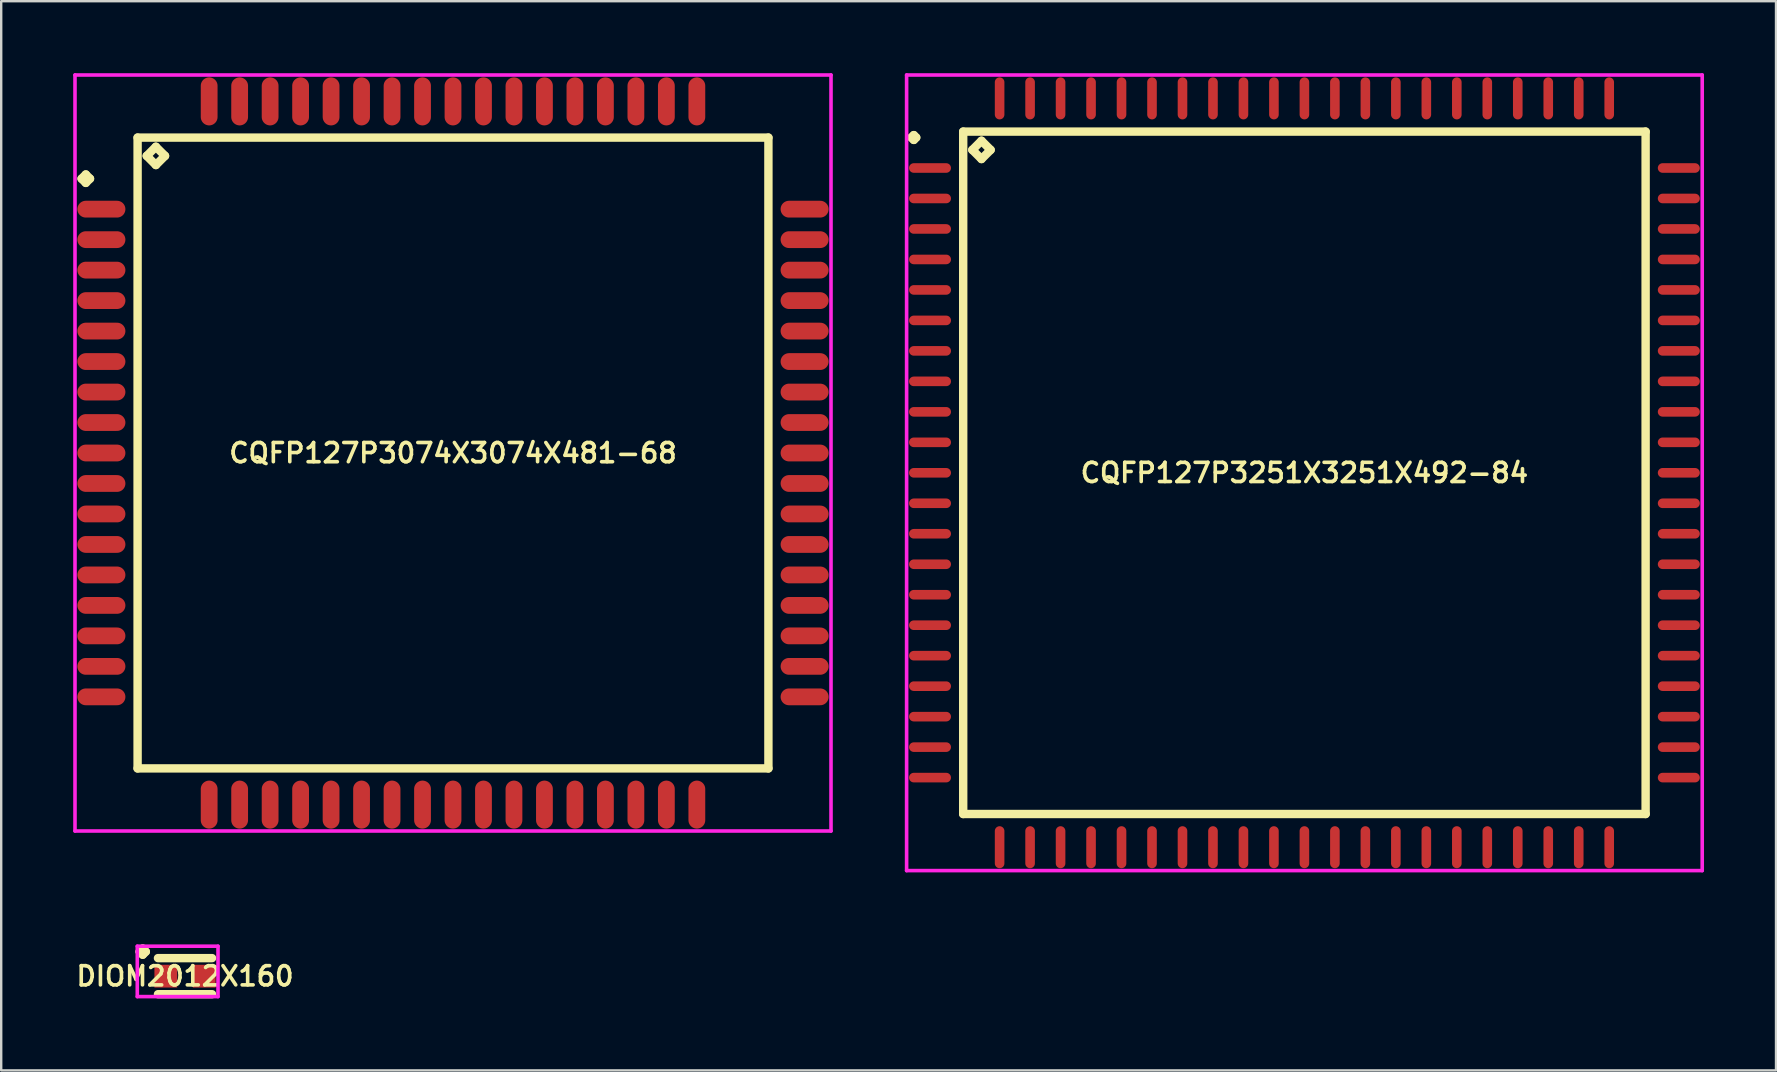
<source format=kicad_pcb>
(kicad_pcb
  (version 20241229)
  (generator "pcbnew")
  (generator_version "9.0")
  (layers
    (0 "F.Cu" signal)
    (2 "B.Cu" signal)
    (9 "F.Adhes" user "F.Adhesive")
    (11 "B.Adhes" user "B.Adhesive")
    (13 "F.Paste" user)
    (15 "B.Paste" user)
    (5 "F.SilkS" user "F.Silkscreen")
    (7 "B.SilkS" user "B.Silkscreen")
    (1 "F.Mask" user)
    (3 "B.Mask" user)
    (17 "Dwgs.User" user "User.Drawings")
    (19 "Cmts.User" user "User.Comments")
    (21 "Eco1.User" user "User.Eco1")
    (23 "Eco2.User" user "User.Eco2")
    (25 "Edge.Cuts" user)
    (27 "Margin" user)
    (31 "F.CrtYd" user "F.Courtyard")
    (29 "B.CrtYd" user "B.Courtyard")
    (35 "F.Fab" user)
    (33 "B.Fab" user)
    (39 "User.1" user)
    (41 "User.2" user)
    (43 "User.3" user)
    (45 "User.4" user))
  (footprint "DIOM2012X160"
    (layer "F.Cu")
    (at 4.659 37.623)
    (property "Reference" "DIOM2012X160" (at 0 0 0) (layer "F.SilkS") (effects (font (size 0.8 0.8) (thickness 0.15))))
    (attr smd)
    (fp_line (start -1.889 -1.021) (end -1.762 -1.148) (stroke (width 0.35) (type solid)) (layer "F.SilkS"))
    (fp_line (start -1.762 -1.148) (end -1.635 -1.021) (stroke (width 0.35) (type solid)) (layer "F.SilkS"))
    (fp_line (start -1.762 -0.894) (end -1.889 -1.021) (stroke (width 0.35) (type solid)) (layer "F.SilkS"))
    (fp_line (start -1.635 -1.021) (end -1.762 -0.894) (stroke (width 0.35) (type solid)) (layer "F.SilkS"))
    (fp_line (start -1.127 -0.752) (end 1.127 -0.752) (stroke (width 0.35) (type solid)) (layer "F.SilkS"))
    (fp_line (start -1.127 0.752) (end 1.127 0.752) (stroke (width 0.35) (type solid)) (layer "F.SilkS"))
    (fp_line (start -1.989 -1.248) (end 1.375 -1.248) (stroke (width 0.15) (type solid)) (layer "F.CrtYd"))
    (fp_line (start -1.989 0.852) (end -1.989 -1.248) (stroke (width 0.15) (type solid)) (layer "F.CrtYd"))
    (fp_line (start 1.375 -1.248) (end 1.375 0.852) (stroke (width 0.15) (type solid)) (layer "F.CrtYd"))
    (fp_line (start 1.375 0.852) (end -1.989 0.852) (stroke (width 0.15) (type solid)) (layer "F.CrtYd"))
    (pad "1" smd rect (at -0.8 0) (size 0.95 0.95) (layers "F.Cu" "F.Mask" "F.Paste"))
    (pad "2" smd rect (at 0.8 0) (size 0.95 0.95) (layers "F.Cu" "F.Mask" "F.Paste")))
  (footprint "CQFP127P3251X3251X492-84"
    (layer "F.Cu")
    (at 51.3 16.65)
    (property "Reference" "CQFP127P3251X3251X492-84" (at 0 0 0) (layer "F.SilkS") (effects (font (size 0.8 0.8) (thickness 0.15))))
    (attr smd)
    (fp_line (start -16.375 -13.97) (end -16.275 -14.07) (stroke (width 0.35) (type solid)) (layer "F.SilkS"))
    (fp_line (start -16.275 -14.07) (end -16.175 -13.97) (stroke (width 0.35) (type solid)) (layer "F.SilkS"))
    (fp_line (start -16.275 -13.87) (end -16.375 -13.97) (stroke (width 0.35) (type solid)) (layer "F.SilkS"))
    (fp_line (start -16.175 -13.97) (end -16.275 -13.87) (stroke (width 0.35) (type solid)) (layer "F.SilkS"))
    (fp_line (start -14.217 -14.217) (end -14.217 14.217) (stroke (width 0.35) (type solid)) (layer "F.SilkS"))
    (fp_line (start -14.217 14.217) (end 14.217 14.217) (stroke (width 0.35) (type solid)) (layer "F.SilkS"))
    (fp_line (start -13.836 -13.455) (end -13.455 -13.836) (stroke (width 0.35) (type solid)) (layer "F.SilkS"))
    (fp_line (start -13.455 -13.836) (end -13.074 -13.455) (stroke (width 0.35) (type solid)) (layer "F.SilkS"))
    (fp_line (start -13.455 -13.074) (end -13.836 -13.455) (stroke (width 0.35) (type solid)) (layer "F.SilkS"))
    (fp_line (start -13.074 -13.455) (end -13.455 -13.074) (stroke (width 0.35) (type solid)) (layer "F.SilkS"))
    (fp_line (start 14.217 -14.217) (end -14.217 -14.217) (stroke (width 0.35) (type solid)) (layer "F.SilkS"))
    (fp_line (start 14.217 14.217) (end 14.217 -14.217) (stroke (width 0.35) (type solid)) (layer "F.SilkS"))
    (fp_line (start -16.575 -16.575) (end 16.575 -16.575) (stroke (width 0.15) (type solid)) (layer "F.CrtYd"))
    (fp_line (start -16.575 16.575) (end -16.575 -16.575) (stroke (width 0.15) (type solid)) (layer "F.CrtYd"))
    (fp_line (start 16.575 -16.575) (end 16.575 16.575) (stroke (width 0.15) (type solid)) (layer "F.CrtYd"))
    (fp_line (start 16.575 16.575) (end -16.575 16.575) (stroke (width 0.15) (type solid)) (layer "F.CrtYd"))
    (pad "1" smd oval (at -15.6 -12.7) (size 1.75 0.4) (layers "F.Cu" "F.Mask" "F.Paste"))
    (pad "2" smd oval (at -15.6 -11.43) (size 1.75 0.4) (layers "F.Cu" "F.Mask" "F.Paste"))
    (pad "3" smd oval (at -15.6 -10.16) (size 1.75 0.4) (layers "F.Cu" "F.Mask" "F.Paste"))
    (pad "4" smd oval (at -15.6 -8.89) (size 1.75 0.4) (layers "F.Cu" "F.Mask" "F.Paste"))
    (pad "5" smd oval (at -15.6 -7.62) (size 1.75 0.4) (layers "F.Cu" "F.Mask" "F.Paste"))
    (pad "6" smd oval (at -15.6 -6.35) (size 1.75 0.4) (layers "F.Cu" "F.Mask" "F.Paste"))
    (pad "7" smd oval (at -15.6 -5.08) (size 1.75 0.4) (layers "F.Cu" "F.Mask" "F.Paste"))
    (pad "8" smd oval (at -15.6 -3.81) (size 1.75 0.4) (layers "F.Cu" "F.Mask" "F.Paste"))
    (pad "9" smd oval (at -15.6 -2.54) (size 1.75 0.4) (layers "F.Cu" "F.Mask" "F.Paste"))
    (pad "10" smd oval (at -15.6 -1.27) (size 1.75 0.4) (layers "F.Cu" "F.Mask" "F.Paste"))
    (pad "11" smd oval (at -15.6 0) (size 1.75 0.4) (layers "F.Cu" "F.Mask" "F.Paste"))
    (pad "12" smd oval (at -15.6 1.27) (size 1.75 0.4) (layers "F.Cu" "F.Mask" "F.Paste"))
    (pad "13" smd oval (at -15.6 2.54) (size 1.75 0.4) (layers "F.Cu" "F.Mask" "F.Paste"))
    (pad "14" smd oval (at -15.6 3.81) (size 1.75 0.4) (layers "F.Cu" "F.Mask" "F.Paste"))
    (pad "15" smd oval (at -15.6 5.08) (size 1.75 0.4) (layers "F.Cu" "F.Mask" "F.Paste"))
    (pad "16" smd oval (at -15.6 6.35) (size 1.75 0.4) (layers "F.Cu" "F.Mask" "F.Paste"))
    (pad "17" smd oval (at -15.6 7.62) (size 1.75 0.4) (layers "F.Cu" "F.Mask" "F.Paste"))
    (pad "18" smd oval (at -15.6 8.89) (size 1.75 0.4) (layers "F.Cu" "F.Mask" "F.Paste"))
    (pad "19" smd oval (at -15.6 10.16) (size 1.75 0.4) (layers "F.Cu" "F.Mask" "F.Paste"))
    (pad "20" smd oval (at -15.6 11.43) (size 1.75 0.4) (layers "F.Cu" "F.Mask" "F.Paste"))
    (pad "21" smd oval (at -15.6 12.7) (size 1.75 0.4) (layers "F.Cu" "F.Mask" "F.Paste"))
    (pad "22" smd oval (at -12.7 15.6) (size 0.4 1.75) (layers "F.Cu" "F.Mask" "F.Paste"))
    (pad "23" smd oval (at -11.43 15.6) (size 0.4 1.75) (layers "F.Cu" "F.Mask" "F.Paste"))
    (pad "24" smd oval (at -10.16 15.6) (size 0.4 1.75) (layers "F.Cu" "F.Mask" "F.Paste"))
    (pad "25" smd oval (at -8.89 15.6) (size 0.4 1.75) (layers "F.Cu" "F.Mask" "F.Paste"))
    (pad "26" smd oval (at -7.62 15.6) (size 0.4 1.75) (layers "F.Cu" "F.Mask" "F.Paste"))
    (pad "27" smd oval (at -6.35 15.6) (size 0.4 1.75) (layers "F.Cu" "F.Mask" "F.Paste"))
    (pad "28" smd oval (at -5.08 15.6) (size 0.4 1.75) (layers "F.Cu" "F.Mask" "F.Paste"))
    (pad "29" smd oval (at -3.81 15.6) (size 0.4 1.75) (layers "F.Cu" "F.Mask" "F.Paste"))
    (pad "30" smd oval (at -2.54 15.6) (size 0.4 1.75) (layers "F.Cu" "F.Mask" "F.Paste"))
    (pad "31" smd oval (at -1.27 15.6) (size 0.4 1.75) (layers "F.Cu" "F.Mask" "F.Paste"))
    (pad "32" smd oval (at 0 15.6) (size 0.4 1.75) (layers "F.Cu" "F.Mask" "F.Paste"))
    (pad "33" smd oval (at 1.27 15.6) (size 0.4 1.75) (layers "F.Cu" "F.Mask" "F.Paste"))
    (pad "34" smd oval (at 2.54 15.6) (size 0.4 1.75) (layers "F.Cu" "F.Mask" "F.Paste"))
    (pad "35" smd oval (at 3.81 15.6) (size 0.4 1.75) (layers "F.Cu" "F.Mask" "F.Paste"))
    (pad "36" smd oval (at 5.08 15.6) (size 0.4 1.75) (layers "F.Cu" "F.Mask" "F.Paste"))
    (pad "37" smd oval (at 6.35 15.6) (size 0.4 1.75) (layers "F.Cu" "F.Mask" "F.Paste"))
    (pad "38" smd oval (at 7.62 15.6) (size 0.4 1.75) (layers "F.Cu" "F.Mask" "F.Paste"))
    (pad "39" smd oval (at 8.89 15.6) (size 0.4 1.75) (layers "F.Cu" "F.Mask" "F.Paste"))
    (pad "40" smd oval (at 10.16 15.6) (size 0.4 1.75) (layers "F.Cu" "F.Mask" "F.Paste"))
    (pad "41" smd oval (at 11.43 15.6) (size 0.4 1.75) (layers "F.Cu" "F.Mask" "F.Paste"))
    (pad "42" smd oval (at 12.7 15.6) (size 0.4 1.75) (layers "F.Cu" "F.Mask" "F.Paste"))
    (pad "43" smd oval (at 15.6 12.7) (size 1.75 0.4) (layers "F.Cu" "F.Mask" "F.Paste"))
    (pad "44" smd oval (at 15.6 11.43) (size 1.75 0.4) (layers "F.Cu" "F.Mask" "F.Paste"))
    (pad "45" smd oval (at 15.6 10.16) (size 1.75 0.4) (layers "F.Cu" "F.Mask" "F.Paste"))
    (pad "46" smd oval (at 15.6 8.89) (size 1.75 0.4) (layers "F.Cu" "F.Mask" "F.Paste"))
    (pad "47" smd oval (at 15.6 7.62) (size 1.75 0.4) (layers "F.Cu" "F.Mask" "F.Paste"))
    (pad "48" smd oval (at 15.6 6.35) (size 1.75 0.4) (layers "F.Cu" "F.Mask" "F.Paste"))
    (pad "49" smd oval (at 15.6 5.08) (size 1.75 0.4) (layers "F.Cu" "F.Mask" "F.Paste"))
    (pad "50" smd oval (at 15.6 3.81) (size 1.75 0.4) (layers "F.Cu" "F.Mask" "F.Paste"))
    (pad "51" smd oval (at 15.6 2.54) (size 1.75 0.4) (layers "F.Cu" "F.Mask" "F.Paste"))
    (pad "52" smd oval (at 15.6 1.27) (size 1.75 0.4) (layers "F.Cu" "F.Mask" "F.Paste"))
    (pad "53" smd oval (at 15.6 0) (size 1.75 0.4) (layers "F.Cu" "F.Mask" "F.Paste"))
    (pad "54" smd oval (at 15.6 -1.27) (size 1.75 0.4) (layers "F.Cu" "F.Mask" "F.Paste"))
    (pad "55" smd oval (at 15.6 -2.54) (size 1.75 0.4) (layers "F.Cu" "F.Mask" "F.Paste"))
    (pad "56" smd oval (at 15.6 -3.81) (size 1.75 0.4) (layers "F.Cu" "F.Mask" "F.Paste"))
    (pad "57" smd oval (at 15.6 -5.08) (size 1.75 0.4) (layers "F.Cu" "F.Mask" "F.Paste"))
    (pad "58" smd oval (at 15.6 -6.35) (size 1.75 0.4) (layers "F.Cu" "F.Mask" "F.Paste"))
    (pad "59" smd oval (at 15.6 -7.62) (size 1.75 0.4) (layers "F.Cu" "F.Mask" "F.Paste"))
    (pad "60" smd oval (at 15.6 -8.89) (size 1.75 0.4) (layers "F.Cu" "F.Mask" "F.Paste"))
    (pad "61" smd oval (at 15.6 -10.16) (size 1.75 0.4) (layers "F.Cu" "F.Mask" "F.Paste"))
    (pad "62" smd oval (at 15.6 -11.43) (size 1.75 0.4) (layers "F.Cu" "F.Mask" "F.Paste"))
    (pad "63" smd oval (at 15.6 -12.7) (size 1.75 0.4) (layers "F.Cu" "F.Mask" "F.Paste"))
    (pad "64" smd oval (at 12.7 -15.6) (size 0.4 1.75) (layers "F.Cu" "F.Mask" "F.Paste"))
    (pad "65" smd oval (at 11.43 -15.6) (size 0.4 1.75) (layers "F.Cu" "F.Mask" "F.Paste"))
    (pad "66" smd oval (at 10.16 -15.6) (size 0.4 1.75) (layers "F.Cu" "F.Mask" "F.Paste"))
    (pad "67" smd oval (at 8.89 -15.6) (size 0.4 1.75) (layers "F.Cu" "F.Mask" "F.Paste"))
    (pad "68" smd oval (at 7.62 -15.6) (size 0.4 1.75) (layers "F.Cu" "F.Mask" "F.Paste"))
    (pad "69" smd oval (at 6.35 -15.6) (size 0.4 1.75) (layers "F.Cu" "F.Mask" "F.Paste"))
    (pad "70" smd oval (at 5.08 -15.6) (size 0.4 1.75) (layers "F.Cu" "F.Mask" "F.Paste"))
    (pad "71" smd oval (at 3.81 -15.6) (size 0.4 1.75) (layers "F.Cu" "F.Mask" "F.Paste"))
    (pad "72" smd oval (at 2.54 -15.6) (size 0.4 1.75) (layers "F.Cu" "F.Mask" "F.Paste"))
    (pad "73" smd oval (at 1.27 -15.6) (size 0.4 1.75) (layers "F.Cu" "F.Mask" "F.Paste"))
    (pad "74" smd oval (at 0 -15.6) (size 0.4 1.75) (layers "F.Cu" "F.Mask" "F.Paste"))
    (pad "75" smd oval (at -1.27 -15.6) (size 0.4 1.75) (layers "F.Cu" "F.Mask" "F.Paste"))
    (pad "76" smd oval (at -2.54 -15.6) (size 0.4 1.75) (layers "F.Cu" "F.Mask" "F.Paste"))
    (pad "77" smd oval (at -3.81 -15.6) (size 0.4 1.75) (layers "F.Cu" "F.Mask" "F.Paste"))
    (pad "78" smd oval (at -5.08 -15.6) (size 0.4 1.75) (layers "F.Cu" "F.Mask" "F.Paste"))
    (pad "79" smd oval (at -6.35 -15.6) (size 0.4 1.75) (layers "F.Cu" "F.Mask" "F.Paste"))
    (pad "80" smd oval (at -7.62 -15.6) (size 0.4 1.75) (layers "F.Cu" "F.Mask" "F.Paste"))
    (pad "81" smd oval (at -8.89 -15.6) (size 0.4 1.75) (layers "F.Cu" "F.Mask" "F.Paste"))
    (pad "82" smd oval (at -10.16 -15.6) (size 0.4 1.75) (layers "F.Cu" "F.Mask" "F.Paste"))
    (pad "83" smd oval (at -11.43 -15.6) (size 0.4 1.75) (layers "F.Cu" "F.Mask" "F.Paste"))
    (pad "84" smd oval (at -12.7 -15.6) (size 0.4 1.75) (layers "F.Cu" "F.Mask" "F.Paste")))
  (footprint "CQFP127P3074X3074X481-68"
    (layer "F.Cu")
    (at 15.825 15.825)
    (property "Reference" "CQFP127P3074X3074X481-68" (at 0 0 0) (layer "F.SilkS") (effects (font (size 0.8 0.8) (thickness 0.15))))
    (attr smd)
    (fp_line (start -15.475 -11.43) (end -15.3 -11.605) (stroke (width 0.35) (type solid)) (layer "F.SilkS"))
    (fp_line (start -15.3 -11.605) (end -15.125 -11.43) (stroke (width 0.35) (type solid)) (layer "F.SilkS"))
    (fp_line (start -15.3 -11.255) (end -15.475 -11.43) (stroke (width 0.35) (type solid)) (layer "F.SilkS"))
    (fp_line (start -15.125 -11.43) (end -15.3 -11.255) (stroke (width 0.35) (type solid)) (layer "F.SilkS"))
    (fp_line (start -13.142 -13.142) (end -13.142 13.142) (stroke (width 0.35) (type solid)) (layer "F.SilkS"))
    (fp_line (start -13.142 13.142) (end 13.142 13.142) (stroke (width 0.35) (type solid)) (layer "F.SilkS"))
    (fp_line (start -12.761 -12.38) (end -12.38 -12.761) (stroke (width 0.35) (type solid)) (layer "F.SilkS"))
    (fp_line (start -12.38 -12.761) (end -11.999 -12.38) (stroke (width 0.35) (type solid)) (layer "F.SilkS"))
    (fp_line (start -12.38 -11.999) (end -12.761 -12.38) (stroke (width 0.35) (type solid)) (layer "F.SilkS"))
    (fp_line (start -11.999 -12.38) (end -12.38 -11.999) (stroke (width 0.35) (type solid)) (layer "F.SilkS"))
    (fp_line (start 13.142 -13.142) (end -13.142 -13.142) (stroke (width 0.35) (type solid)) (layer "F.SilkS"))
    (fp_line (start 13.142 13.142) (end 13.142 -13.142) (stroke (width 0.35) (type solid)) (layer "F.SilkS"))
    (fp_line (start -15.75 -15.75) (end 15.75 -15.75) (stroke (width 0.15) (type solid)) (layer "F.CrtYd"))
    (fp_line (start -15.75 15.75) (end -15.75 -15.75) (stroke (width 0.15) (type solid)) (layer "F.CrtYd"))
    (fp_line (start 15.75 -15.75) (end 15.75 15.75) (stroke (width 0.15) (type solid)) (layer "F.CrtYd"))
    (fp_line (start 15.75 15.75) (end -15.75 15.75) (stroke (width 0.15) (type solid)) (layer "F.CrtYd"))
    (pad "1" smd oval (at -14.65 -10.16) (size 2 0.7) (layers "F.Cu" "F.Mask" "F.Paste"))
    (pad "2" smd oval (at -14.65 -8.89) (size 2 0.7) (layers "F.Cu" "F.Mask" "F.Paste"))
    (pad "3" smd oval (at -14.65 -7.62) (size 2 0.7) (layers "F.Cu" "F.Mask" "F.Paste"))
    (pad "4" smd oval (at -14.65 -6.35) (size 2 0.7) (layers "F.Cu" "F.Mask" "F.Paste"))
    (pad "5" smd oval (at -14.65 -5.08) (size 2 0.7) (layers "F.Cu" "F.Mask" "F.Paste"))
    (pad "6" smd oval (at -14.65 -3.81) (size 2 0.7) (layers "F.Cu" "F.Mask" "F.Paste"))
    (pad "7" smd oval (at -14.65 -2.54) (size 2 0.7) (layers "F.Cu" "F.Mask" "F.Paste"))
    (pad "8" smd oval (at -14.65 -1.27) (size 2 0.7) (layers "F.Cu" "F.Mask" "F.Paste"))
    (pad "9" smd oval (at -14.65 0) (size 2 0.7) (layers "F.Cu" "F.Mask" "F.Paste"))
    (pad "10" smd oval (at -14.65 1.27) (size 2 0.7) (layers "F.Cu" "F.Mask" "F.Paste"))
    (pad "11" smd oval (at -14.65 2.54) (size 2 0.7) (layers "F.Cu" "F.Mask" "F.Paste"))
    (pad "12" smd oval (at -14.65 3.81) (size 2 0.7) (layers "F.Cu" "F.Mask" "F.Paste"))
    (pad "13" smd oval (at -14.65 5.08) (size 2 0.7) (layers "F.Cu" "F.Mask" "F.Paste"))
    (pad "14" smd oval (at -14.65 6.35) (size 2 0.7) (layers "F.Cu" "F.Mask" "F.Paste"))
    (pad "15" smd oval (at -14.65 7.62) (size 2 0.7) (layers "F.Cu" "F.Mask" "F.Paste"))
    (pad "16" smd oval (at -14.65 8.89) (size 2 0.7) (layers "F.Cu" "F.Mask" "F.Paste"))
    (pad "17" smd oval (at -14.65 10.16) (size 2 0.7) (layers "F.Cu" "F.Mask" "F.Paste"))
    (pad "18" smd oval (at -10.16 14.65) (size 0.7 2) (layers "F.Cu" "F.Mask" "F.Paste"))
    (pad "19" smd oval (at -8.89 14.65) (size 0.7 2) (layers "F.Cu" "F.Mask" "F.Paste"))
    (pad "20" smd oval (at -7.62 14.65) (size 0.7 2) (layers "F.Cu" "F.Mask" "F.Paste"))
    (pad "21" smd oval (at -6.35 14.65) (size 0.7 2) (layers "F.Cu" "F.Mask" "F.Paste"))
    (pad "22" smd oval (at -5.08 14.65) (size 0.7 2) (layers "F.Cu" "F.Mask" "F.Paste"))
    (pad "23" smd oval (at -3.81 14.65) (size 0.7 2) (layers "F.Cu" "F.Mask" "F.Paste"))
    (pad "24" smd oval (at -2.54 14.65) (size 0.7 2) (layers "F.Cu" "F.Mask" "F.Paste"))
    (pad "25" smd oval (at -1.27 14.65) (size 0.7 2) (layers "F.Cu" "F.Mask" "F.Paste"))
    (pad "26" smd oval (at 0 14.65) (size 0.7 2) (layers "F.Cu" "F.Mask" "F.Paste"))
    (pad "27" smd oval (at 1.27 14.65) (size 0.7 2) (layers "F.Cu" "F.Mask" "F.Paste"))
    (pad "28" smd oval (at 2.54 14.65) (size 0.7 2) (layers "F.Cu" "F.Mask" "F.Paste"))
    (pad "29" smd oval (at 3.81 14.65) (size 0.7 2) (layers "F.Cu" "F.Mask" "F.Paste"))
    (pad "30" smd oval (at 5.08 14.65) (size 0.7 2) (layers "F.Cu" "F.Mask" "F.Paste"))
    (pad "31" smd oval (at 6.35 14.65) (size 0.7 2) (layers "F.Cu" "F.Mask" "F.Paste"))
    (pad "32" smd oval (at 7.62 14.65) (size 0.7 2) (layers "F.Cu" "F.Mask" "F.Paste"))
    (pad "33" smd oval (at 8.89 14.65) (size 0.7 2) (layers "F.Cu" "F.Mask" "F.Paste"))
    (pad "34" smd oval (at 10.16 14.65) (size 0.7 2) (layers "F.Cu" "F.Mask" "F.Paste"))
    (pad "35" smd oval (at 14.65 10.16) (size 2 0.7) (layers "F.Cu" "F.Mask" "F.Paste"))
    (pad "36" smd oval (at 14.65 8.89) (size 2 0.7) (layers "F.Cu" "F.Mask" "F.Paste"))
    (pad "37" smd oval (at 14.65 7.62) (size 2 0.7) (layers "F.Cu" "F.Mask" "F.Paste"))
    (pad "38" smd oval (at 14.65 6.35) (size 2 0.7) (layers "F.Cu" "F.Mask" "F.Paste"))
    (pad "39" smd oval (at 14.65 5.08) (size 2 0.7) (layers "F.Cu" "F.Mask" "F.Paste"))
    (pad "40" smd oval (at 14.65 3.81) (size 2 0.7) (layers "F.Cu" "F.Mask" "F.Paste"))
    (pad "41" smd oval (at 14.65 2.54) (size 2 0.7) (layers "F.Cu" "F.Mask" "F.Paste"))
    (pad "42" smd oval (at 14.65 1.27) (size 2 0.7) (layers "F.Cu" "F.Mask" "F.Paste"))
    (pad "43" smd oval (at 14.65 0) (size 2 0.7) (layers "F.Cu" "F.Mask" "F.Paste"))
    (pad "44" smd oval (at 14.65 -1.27) (size 2 0.7) (layers "F.Cu" "F.Mask" "F.Paste"))
    (pad "45" smd oval (at 14.65 -2.54) (size 2 0.7) (layers "F.Cu" "F.Mask" "F.Paste"))
    (pad "46" smd oval (at 14.65 -3.81) (size 2 0.7) (layers "F.Cu" "F.Mask" "F.Paste"))
    (pad "47" smd oval (at 14.65 -5.08) (size 2 0.7) (layers "F.Cu" "F.Mask" "F.Paste"))
    (pad "48" smd oval (at 14.65 -6.35) (size 2 0.7) (layers "F.Cu" "F.Mask" "F.Paste"))
    (pad "49" smd oval (at 14.65 -7.62) (size 2 0.7) (layers "F.Cu" "F.Mask" "F.Paste"))
    (pad "50" smd oval (at 14.65 -8.89) (size 2 0.7) (layers "F.Cu" "F.Mask" "F.Paste"))
    (pad "51" smd oval (at 14.65 -10.16) (size 2 0.7) (layers "F.Cu" "F.Mask" "F.Paste"))
    (pad "52" smd oval (at 10.16 -14.65) (size 0.7 2) (layers "F.Cu" "F.Mask" "F.Paste"))
    (pad "53" smd oval (at 8.89 -14.65) (size 0.7 2) (layers "F.Cu" "F.Mask" "F.Paste"))
    (pad "54" smd oval (at 7.62 -14.65) (size 0.7 2) (layers "F.Cu" "F.Mask" "F.Paste"))
    (pad "55" smd oval (at 6.35 -14.65) (size 0.7 2) (layers "F.Cu" "F.Mask" "F.Paste"))
    (pad "56" smd oval (at 5.08 -14.65) (size 0.7 2) (layers "F.Cu" "F.Mask" "F.Paste"))
    (pad "57" smd oval (at 3.81 -14.65) (size 0.7 2) (layers "F.Cu" "F.Mask" "F.Paste"))
    (pad "58" smd oval (at 2.54 -14.65) (size 0.7 2) (layers "F.Cu" "F.Mask" "F.Paste"))
    (pad "59" smd oval (at 1.27 -14.65) (size 0.7 2) (layers "F.Cu" "F.Mask" "F.Paste"))
    (pad "60" smd oval (at 0 -14.65) (size 0.7 2) (layers "F.Cu" "F.Mask" "F.Paste"))
    (pad "61" smd oval (at -1.27 -14.65) (size 0.7 2) (layers "F.Cu" "F.Mask" "F.Paste"))
    (pad "62" smd oval (at -2.54 -14.65) (size 0.7 2) (layers "F.Cu" "F.Mask" "F.Paste"))
    (pad "63" smd oval (at -3.81 -14.65) (size 0.7 2) (layers "F.Cu" "F.Mask" "F.Paste"))
    (pad "64" smd oval (at -5.08 -14.65) (size 0.7 2) (layers "F.Cu" "F.Mask" "F.Paste"))
    (pad "65" smd oval (at -6.35 -14.65) (size 0.7 2) (layers "F.Cu" "F.Mask" "F.Paste"))
    (pad "66" smd oval (at -7.62 -14.65) (size 0.7 2) (layers "F.Cu" "F.Mask" "F.Paste"))
    (pad "67" smd oval (at -8.89 -14.65) (size 0.7 2) (layers "F.Cu" "F.Mask" "F.Paste"))
    (pad "68" smd oval (at -10.16 -14.65) (size 0.7 2) (layers "F.Cu" "F.Mask" "F.Paste")))
  (gr_rect
    (start -3 -3)
    (end 70.95 41.55)
    (stroke (width 0.1) (type default))
    (fill no)
    (layer "Edge.Cuts")))
</source>
